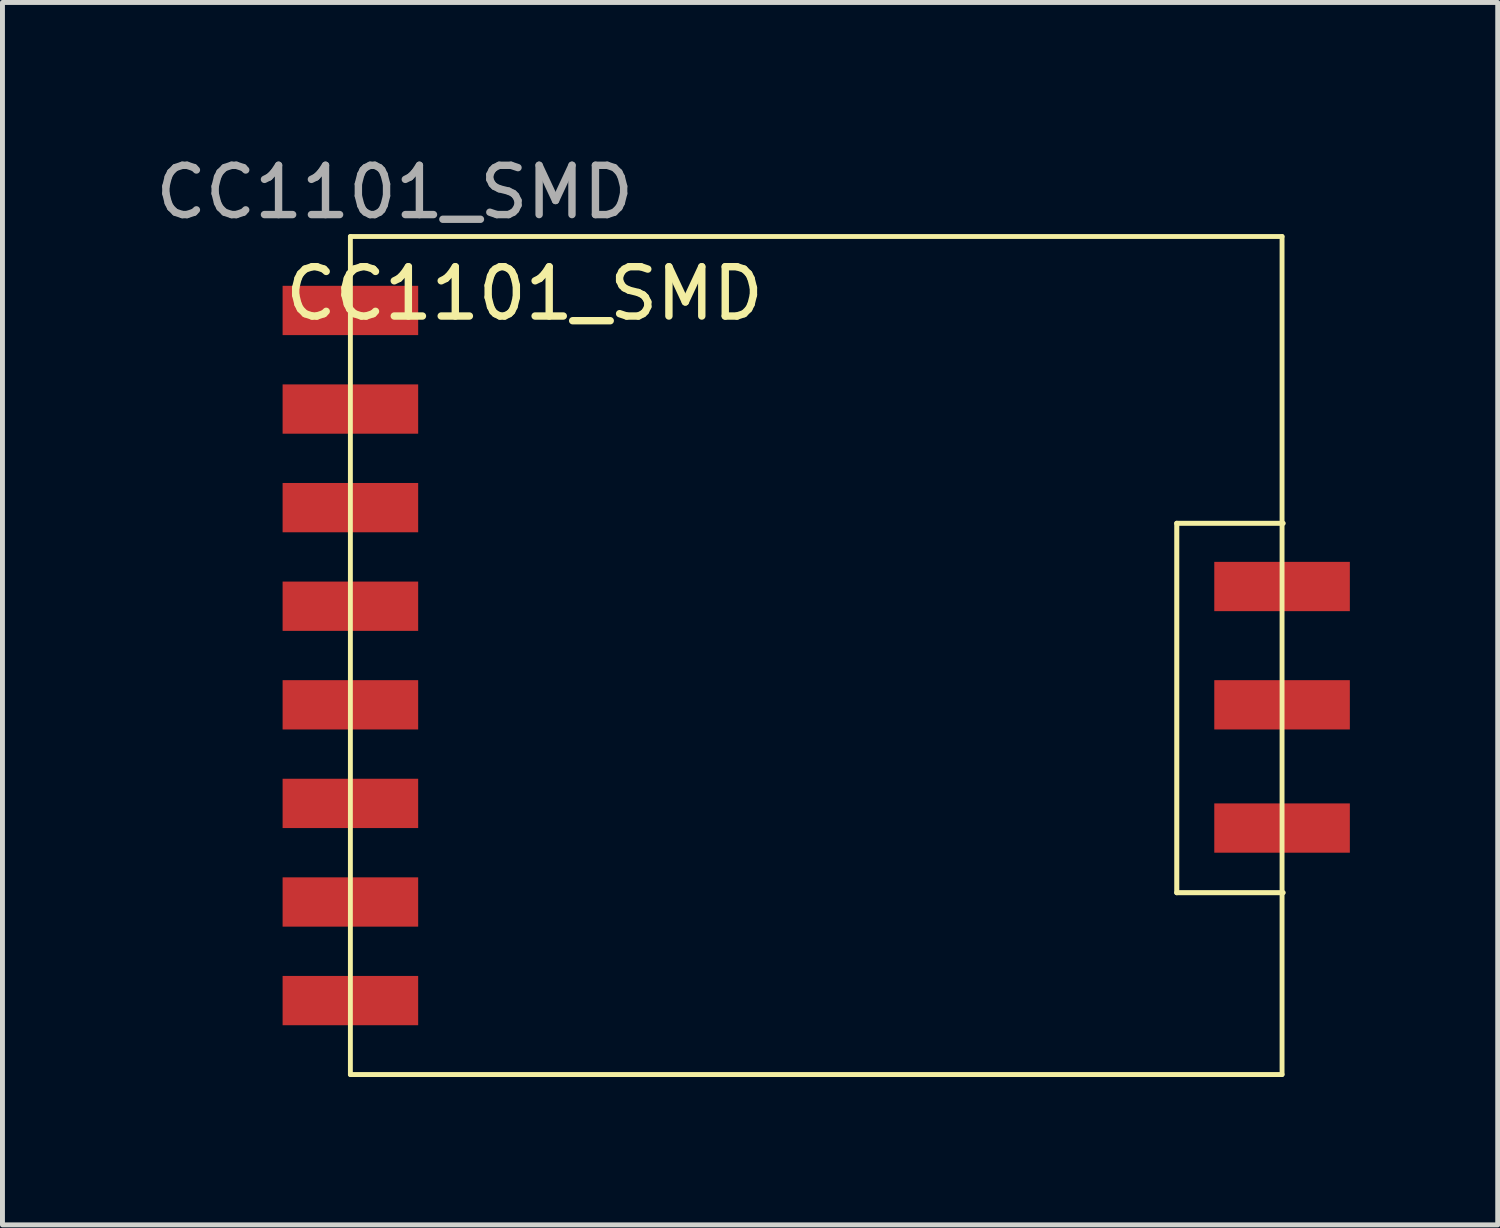
<source format=kicad_pcb>
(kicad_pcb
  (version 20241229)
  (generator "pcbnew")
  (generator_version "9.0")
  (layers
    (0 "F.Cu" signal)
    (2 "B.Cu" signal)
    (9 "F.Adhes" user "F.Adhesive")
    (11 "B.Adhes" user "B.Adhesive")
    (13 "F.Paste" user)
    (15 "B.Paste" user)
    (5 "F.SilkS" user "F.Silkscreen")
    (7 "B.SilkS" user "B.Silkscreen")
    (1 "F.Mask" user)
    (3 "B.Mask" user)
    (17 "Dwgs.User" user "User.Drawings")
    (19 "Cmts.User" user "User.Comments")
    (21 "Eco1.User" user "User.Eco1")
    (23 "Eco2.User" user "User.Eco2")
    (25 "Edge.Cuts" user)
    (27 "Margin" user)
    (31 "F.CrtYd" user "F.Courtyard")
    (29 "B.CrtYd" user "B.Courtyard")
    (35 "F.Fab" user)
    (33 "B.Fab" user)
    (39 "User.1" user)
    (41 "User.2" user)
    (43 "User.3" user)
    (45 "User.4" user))
  (footprint "CC1101_SMD"
    (layer "F.Cu")
    (at 4.058 3.248)
    (property "Reference" "CC1101_SMD" (at 3.533 -0.342 0) (layer "F.SilkS") (effects (font (size 1 1) (thickness 0.15))))
    (attr smd)
    (fp_line (start 0 -1.5) (end 0 15.5) (stroke (width 0.099) (type solid)) (layer "F.SilkS"))
    (fp_line (start 0 -1.5) (end 18.9 -1.5) (stroke (width 0.099) (type solid)) (layer "F.SilkS"))
    (fp_line (start 0 15.5) (end 18.9 15.5) (stroke (width 0.099) (type solid)) (layer "F.SilkS"))
    (fp_line (start 16.764 4.318) (end 16.764 11.811) (stroke (width 0.102) (type solid)) (layer "F.SilkS"))
    (fp_line (start 16.764 11.811) (end 18.923 11.811) (stroke (width 0.102) (type solid)) (layer "F.SilkS"))
    (fp_line (start 18.9 15.5) (end 18.9 -1.5) (stroke (width 0.099) (type solid)) (layer "F.SilkS"))
    (fp_line (start 18.923 4.318) (end 16.764 4.318) (stroke (width 0.102) (type solid)) (layer "F.SilkS"))
    (fp_text user "${REFERENCE}" (at 0.9 -2.4 0) (layer "F.Fab") (effects (font (size 1 1) (thickness 0.15))))
    (pad "1" smd rect (at 0 0) (size 2.75 1) (layers "F.Cu" "F.Mask" "F.Paste"))
    (pad "2" smd rect (at 0 2) (size 2.75 1) (layers "F.Cu" "F.Mask" "F.Paste"))
    (pad "3" smd rect (at 0 4) (size 2.75 1) (layers "F.Cu" "F.Mask" "F.Paste"))
    (pad "4" smd rect (at 0 6) (size 2.75 1) (layers "F.Cu" "F.Mask" "F.Paste"))
    (pad "5" smd rect (at 0 8) (size 2.75 1) (layers "F.Cu" "F.Mask" "F.Paste"))
    (pad "6" smd rect (at 0 10) (size 2.75 1) (layers "F.Cu" "F.Mask" "F.Paste"))
    (pad "7" smd rect (at 0 12) (size 2.75 1) (layers "F.Cu" "F.Mask" "F.Paste"))
    (pad "8" smd rect (at 0 14) (size 2.75 1) (layers "F.Cu" "F.Mask" "F.Paste"))
    (pad "9" smd rect (at 18.9 8) (size 2.75 1) (layers "F.Cu" "F.Mask" "F.Paste"))
    (pad "10" smd rect (at 18.9 5.6) (size 2.75 1) (layers "F.Cu" "F.Mask" "F.Paste"))
    (pad "11" smd rect (at 18.9 10.5) (size 2.75 1) (layers "F.Cu" "F.Mask" "F.Paste")))
  (gr_rect
    (start -3 -3)
    (end 27.333 21.798)
    (stroke (width 0.1) (type default))
    (fill no)
    (layer "Edge.Cuts")))
</source>
